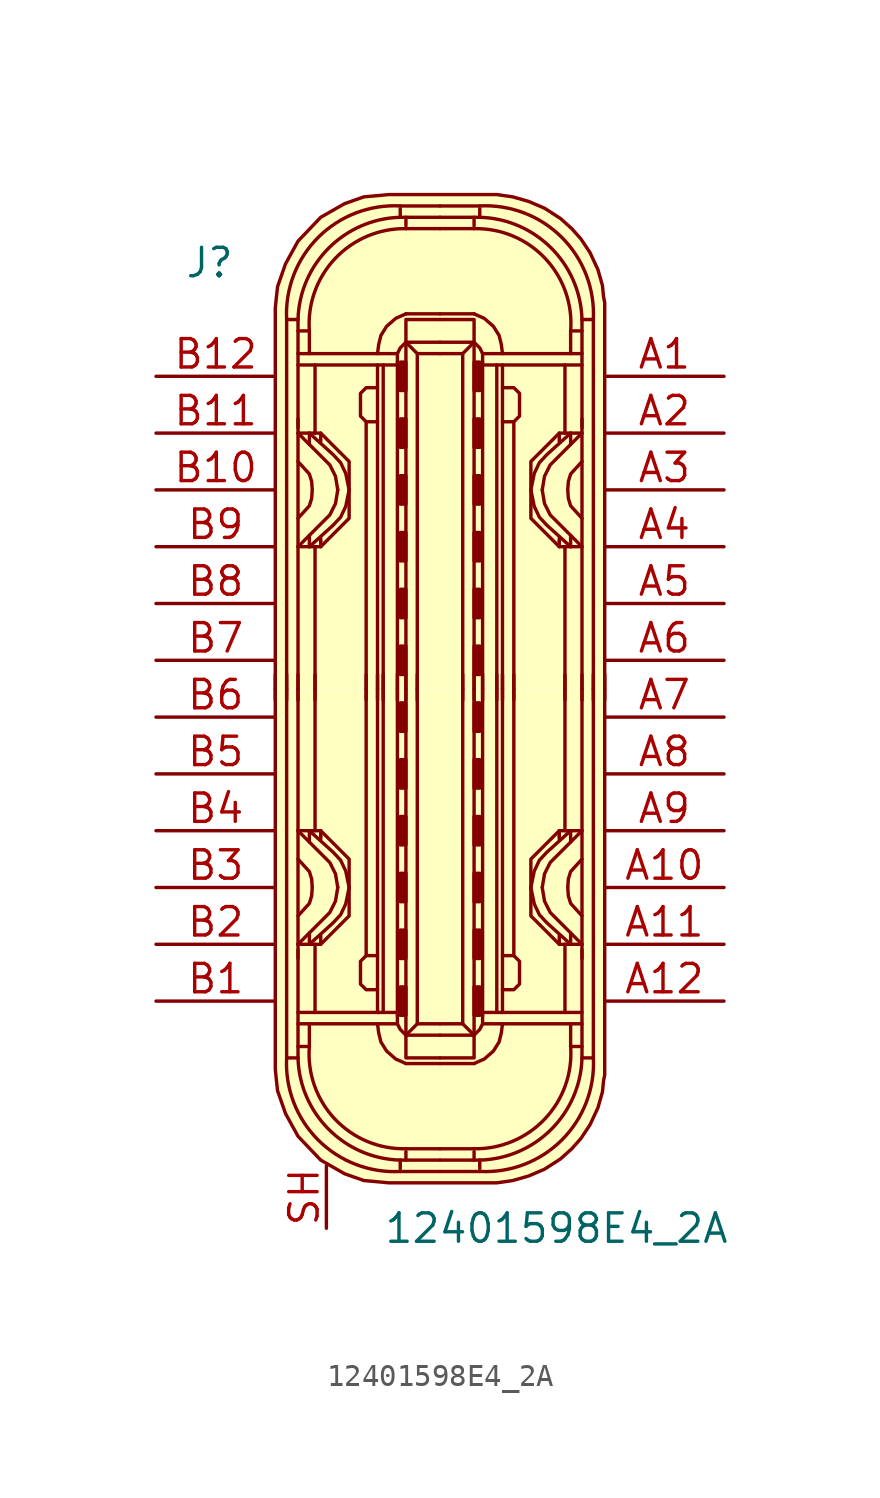
<source format=kicad_sym>
(kicad_symbol_lib
  (version 20211014)
  (generator kicad_symbol_editor)
  (symbol "12401598E4_2A"
    (pin_names
      (offset 1.016))
    (property "Reference" "J"
      (at -11.43 19.05 0)
      (effects (font (size 1.27 1.27)) (justify left)))
    (property "Value" "12401598E4_2A"
      (at -2.54 -24.13 0)
      (effects (font (size 1.27 1.27)) (justify left)))
    (symbol "12401598E4_2A_1_1"
      (arc (start -6.858 -16.51) (mid -5.4492 -20.1812) (end -1.778 -21.59) (stroke (width 0) (type default) (color 0 0 0 0)) (fill (type none)))
      (arc (start -6.35 -16.51) (mid -4.9749 -19.7069) (end -1.778 -21.082) (stroke (width 0) (type default) (color 0 0 0 0)) (fill (type none)))
      (arc (start -5.842 -16.002) (mid -4.6972 -19.2495) (end -1.524 -20.574) (stroke (width 0) (type default) (color 0 0 0 0)) (fill (type none)))
      (rectangle (start -1.778 -14.605) (end -1.524 -13.335) (stroke (width 0) (type default) (color 0 0 0 0)) (fill (type outline)))
      (rectangle (start -1.778 -12.065) (end -1.524 -10.795) (stroke (width 0) (type default) (color 0 0 0 0)) (fill (type outline)))
      (rectangle (start -1.778 -9.525) (end -1.524 -8.255) (stroke (width 0) (type default) (color 0 0 0 0)) (fill (type outline)))
      (rectangle (start -1.778 -6.985) (end -1.524 -5.715) (stroke (width 0) (type default) (color 0 0 0 0)) (fill (type outline)))
      (rectangle (start -1.778 -4.445) (end -1.524 -3.175) (stroke (width 0) (type default) (color 0 0 0 0)) (fill (type outline)))
      (rectangle (start -1.778 -1.905) (end -1.524 -0.635) (stroke (width 0) (type default) (color 0 0 0 0)) (fill (type outline)))
      (rectangle (start -1.778 1.905) (end -1.524 0.635) (stroke (width 0) (type default) (color 0 0 0 0)) (fill (type outline)))
      (rectangle (start -1.778 4.445) (end -1.524 3.175) (stroke (width 0) (type default) (color 0 0 0 0)) (fill (type outline)))
      (rectangle (start -1.778 6.985) (end -1.524 5.715) (stroke (width 0) (type default) (color 0 0 0 0)) (fill (type outline)))
      (rectangle (start -1.778 9.525) (end -1.524 8.255) (stroke (width 0) (type default) (color 0 0 0 0)) (fill (type outline)))
      (rectangle (start -1.778 12.065) (end -1.524 10.795) (stroke (width 0) (type default) (color 0 0 0 0)) (fill (type outline)))
      (rectangle (start -1.778 14.605) (end -1.524 13.335) (stroke (width 0) (type default) (color 0 0 0 0)) (fill (type outline)))
      (arc (start -1.778 21.082) (mid -4.9749 19.7069) (end -6.35 16.51) (stroke (width 0) (type default) (color 0 0 0 0)) (fill (type none)))
      (arc (start -1.778 21.59) (mid -5.4492 20.1812) (end -6.858 16.51) (stroke (width 0) (type default) (color 0 0 0 0)) (fill (type none)))
      (arc (start -1.524 20.574) (mid -4.6883 19.2412) (end -5.842 16.002) (stroke (width 0) (type default) (color 0 0 0 0)) (fill (type none)))
      (polyline (pts (xy -7.366 -0.508) (xy -7.366 0.635)) (stroke (width 0) (type default) (color 0 0 0 0)) (fill (type none)))
      (polyline (pts (xy -6.858 -0.508) (xy -6.858 0.635)) (stroke (width 0) (type default) (color 0 0 0 0)) (fill (type none)))
      (polyline (pts (xy -6.35 -14.986) (xy -1.905 -14.986)) (stroke (width 0) (type default) (color 0 0 0 0)) (fill (type none)))
      (polyline (pts (xy -6.35 -12.065) (xy -6.35 0)) (stroke (width 0) (type default) (color 0 0 0 0)) (fill (type none)))
      (polyline (pts (xy -6.35 -0.508) (xy -6.35 0.635)) (stroke (width 0) (type default) (color 0 0 0 0)) (fill (type none)))
      (polyline (pts (xy -6.35 12.065) (xy -6.35 0)) (stroke (width 0) (type default) (color 0 0 0 0)) (fill (type none)))
      (polyline (pts (xy -6.35 14.986) (xy -1.905 14.986)) (stroke (width 0) (type default) (color 0 0 0 0)) (fill (type none)))
      (polyline (pts (xy -5.842 -11.43) (xy -5.842 -10.922)) (stroke (width 0) (type default) (color 0 0 0 0)) (fill (type none)))
      (polyline (pts (xy -5.842 -6.35) (xy -5.842 -6.858)) (stroke (width 0) (type default) (color 0 0 0 0)) (fill (type none)))
      (polyline (pts (xy -5.842 6.35) (xy -5.842 6.858)) (stroke (width 0) (type default) (color 0 0 0 0)) (fill (type none)))
      (polyline (pts (xy -5.842 11.43) (xy -5.842 10.922)) (stroke (width 0) (type default) (color 0 0 0 0)) (fill (type none)))
      (polyline (pts (xy -5.588 -14.478) (xy -5.588 -11.43)) (stroke (width 0) (type default) (color 0 0 0 0)) (fill (type none)))
      (polyline (pts (xy -5.588 -6.35) (xy -5.588 0)) (stroke (width 0) (type default) (color 0 0 0 0)) (fill (type none)))
      (polyline (pts (xy -5.588 -0.508) (xy -5.588 0.635)) (stroke (width 0) (type default) (color 0 0 0 0)) (fill (type none)))
      (polyline (pts (xy -5.588 6.35) (xy -5.588 0)) (stroke (width 0) (type default) (color 0 0 0 0)) (fill (type none)))
      (polyline (pts (xy -5.588 14.478) (xy -5.588 11.43)) (stroke (width 0) (type default) (color 0 0 0 0)) (fill (type none)))
      (polyline (pts (xy -5.334 -11.43) (xy -5.334 -11.049)) (stroke (width 0) (type default) (color 0 0 0 0)) (fill (type none)))
      (polyline (pts (xy -5.334 -6.604) (xy -5.334 -6.731)) (stroke (width 0) (type default) (color 0 0 0 0)) (fill (type none)))
      (polyline (pts (xy -5.334 -6.35) (xy -5.334 -6.604)) (stroke (width 0) (type default) (color 0 0 0 0)) (fill (type none)))
      (polyline (pts (xy -5.334 6.35) (xy -5.334 6.604)) (stroke (width 0) (type default) (color 0 0 0 0)) (fill (type none)))
      (polyline (pts (xy -5.334 6.604) (xy -5.334 6.731)) (stroke (width 0) (type default) (color 0 0 0 0)) (fill (type none)))
      (polyline (pts (xy -5.334 11.43) (xy -5.334 11.049)) (stroke (width 0) (type default) (color 0 0 0 0)) (fill (type none)))
      (polyline (pts (xy -3.302 -0.508) (xy -3.302 0.635)) (stroke (width 0) (type default) (color 0 0 0 0)) (fill (type none)))
      (polyline (pts (xy -3.302 0) (xy -3.302 -11.938)) (stroke (width 0) (type default) (color 0 0 0 0)) (fill (type none)))
      (polyline (pts (xy -3.302 0) (xy -3.302 11.938)) (stroke (width 0) (type default) (color 0 0 0 0)) (fill (type none)))
      (polyline (pts (xy -2.794 -0.508) (xy -2.794 0.635)) (stroke (width 0) (type default) (color 0 0 0 0)) (fill (type none)))
      (polyline (pts (xy -2.794 0) (xy -2.794 -14.478)) (stroke (width 0) (type default) (color 0 0 0 0)) (fill (type none)))
      (polyline (pts (xy -2.794 0) (xy -2.794 14.478)) (stroke (width 0) (type default) (color 0 0 0 0)) (fill (type none)))
      (polyline (pts (xy -2.54 -14.478) (xy -2.54 0)) (stroke (width 0) (type default) (color 0 0 0 0)) (fill (type none)))
      (polyline (pts (xy -2.54 -0.508) (xy -2.54 0.635)) (stroke (width 0) (type default) (color 0 0 0 0)) (fill (type none)))
      (polyline (pts (xy -2.54 14.478) (xy -2.54 0)) (stroke (width 0) (type default) (color 0 0 0 0)) (fill (type none)))
      (polyline (pts (xy -1.905 -14.478) (xy -6.35 -14.478)) (stroke (width 0) (type default) (color 0 0 0 0)) (fill (type none)))
      (polyline (pts (xy -1.905 -0.508) (xy -1.905 0.635)) (stroke (width 0) (type default) (color 0 0 0 0)) (fill (type none)))
      (polyline (pts (xy -1.905 0) (xy -1.905 -14.605)) (stroke (width 0) (type default) (color 0 0 0 0)) (fill (type none)))
      (polyline (pts (xy -1.905 0) (xy -1.905 14.605)) (stroke (width 0) (type default) (color 0 0 0 0)) (fill (type none)))
      (polyline (pts (xy -1.905 14.478) (xy -6.35 14.478)) (stroke (width 0) (type default) (color 0 0 0 0)) (fill (type none)))
      (polyline (pts (xy -1.778 -21.59) (xy 0 -21.59)) (stroke (width 0) (type default) (color 0 0 0 0)) (fill (type background)))
      (polyline (pts (xy -1.778 -21.082) (xy -1.778 -21.463)) (stroke (width 0) (type default) (color 0 0 0 0)) (fill (type none)))
      (polyline (pts (xy -1.778 -21.082) (xy 0 -21.082)) (stroke (width 0) (type default) (color 0 0 0 0)) (fill (type none)))
      (polyline (pts (xy -1.778 21.082) (xy -1.778 21.463)) (stroke (width 0) (type default) (color 0 0 0 0)) (fill (type none)))
      (polyline (pts (xy -1.778 21.082) (xy 0 21.082)) (stroke (width 0) (type default) (color 0 0 0 0)) (fill (type none)))
      (polyline (pts (xy -1.778 21.59) (xy 0 21.59)) (stroke (width 0) (type default) (color 0 0 0 0)) (fill (type background)))
      (polyline (pts (xy -1.524 -20.701) (xy -1.524 -21.082)) (stroke (width 0) (type default) (color 0 0 0 0)) (fill (type none)))
      (polyline (pts (xy -1.524 -20.574) (xy 0 -20.574)) (stroke (width 0) (type default) (color 0 0 0 0)) (fill (type none)))
      (polyline (pts (xy -1.524 -0.508) (xy -1.524 0.635)) (stroke (width 0) (type default) (color 0 0 0 0)) (fill (type none)))
      (polyline (pts (xy -1.524 20.574) (xy 0 20.574)) (stroke (width 0) (type default) (color 0 0 0 0)) (fill (type none)))
      (polyline (pts (xy -1.524 20.701) (xy -1.524 21.082)) (stroke (width 0) (type default) (color 0 0 0 0)) (fill (type none)))
      (polyline (pts (xy -1.016 -14.986) (xy -1.524 -15.494)) (stroke (width 0) (type default) (color 0 0 0 0)) (fill (type none)))
      (polyline (pts (xy -1.016 -0.508) (xy -1.016 0.635)) (stroke (width 0) (type default) (color 0 0 0 0)) (fill (type none)))
      (polyline (pts (xy -1.016 14.986) (xy -1.524 15.494)) (stroke (width 0) (type default) (color 0 0 0 0)) (fill (type none)))
      (polyline (pts (xy 0 -16.764) (xy -1.524 -16.764)) (stroke (width 0) (type default) (color 0 0 0 0)) (fill (type none)))
      (polyline (pts (xy 0 -16.764) (xy 1.524 -16.764)) (stroke (width 0) (type default) (color 0 0 0 0)) (fill (type none)))
      (polyline (pts (xy 0 16.764) (xy -1.524 16.764)) (stroke (width 0) (type default) (color 0 0 0 0)) (fill (type none)))
      (polyline (pts (xy 0 16.764) (xy 1.524 16.764)) (stroke (width 0) (type default) (color 0 0 0 0)) (fill (type none)))
      (polyline (pts (xy 1.016 -14.986) (xy 1.524 -15.494)) (stroke (width 0) (type default) (color 0 0 0 0)) (fill (type none)))
      (polyline (pts (xy 1.016 -0.508) (xy 1.016 0.635)) (stroke (width 0) (type default) (color 0 0 0 0)) (fill (type none)))
      (polyline (pts (xy 1.016 14.986) (xy 1.524 15.494)) (stroke (width 0) (type default) (color 0 0 0 0)) (fill (type none)))
      (polyline (pts (xy 1.524 -20.701) (xy 1.524 -21.082)) (stroke (width 0) (type default) (color 0 0 0 0)) (fill (type none)))
      (polyline (pts (xy 1.524 -20.574) (xy 0 -20.574)) (stroke (width 0) (type default) (color 0 0 0 0)) (fill (type none)))
      (polyline (pts (xy 1.524 -0.508) (xy 1.524 0.635)) (stroke (width 0) (type default) (color 0 0 0 0)) (fill (type none)))
      (polyline (pts (xy 1.524 20.574) (xy 0 20.574)) (stroke (width 0) (type default) (color 0 0 0 0)) (fill (type none)))
      (polyline (pts (xy 1.524 20.701) (xy 1.524 21.082)) (stroke (width 0) (type default) (color 0 0 0 0)) (fill (type none)))
      (polyline (pts (xy 1.778 -21.59) (xy 0 -21.59)) (stroke (width 0) (type default) (color 0 0 0 0)) (fill (type background)))
      (polyline (pts (xy 1.778 -21.082) (xy 0 -21.082)) (stroke (width 0) (type default) (color 0 0 0 0)) (fill (type none)))
      (polyline (pts (xy 1.778 -21.082) (xy 1.778 -21.463)) (stroke (width 0) (type default) (color 0 0 0 0)) (fill (type none)))
      (polyline (pts (xy 1.778 21.082) (xy 0 21.082)) (stroke (width 0) (type default) (color 0 0 0 0)) (fill (type none)))
      (polyline (pts (xy 1.778 21.082) (xy 1.778 21.463)) (stroke (width 0) (type default) (color 0 0 0 0)) (fill (type none)))
      (polyline (pts (xy 1.778 21.59) (xy 0 21.59)) (stroke (width 0) (type default) (color 0 0 0 0)) (fill (type background)))
      (polyline (pts (xy 1.905 -14.478) (xy 6.35 -14.478)) (stroke (width 0) (type default) (color 0 0 0 0)) (fill (type none)))
      (polyline (pts (xy 1.905 -0.508) (xy 1.905 0.635)) (stroke (width 0) (type default) (color 0 0 0 0)) (fill (type none)))
      (polyline (pts (xy 1.905 0) (xy 1.905 -14.605)) (stroke (width 0) (type default) (color 0 0 0 0)) (fill (type none)))
      (polyline (pts (xy 1.905 0) (xy 1.905 14.605)) (stroke (width 0) (type default) (color 0 0 0 0)) (fill (type none)))
      (polyline (pts (xy 1.905 14.478) (xy 6.35 14.478)) (stroke (width 0) (type default) (color 0 0 0 0)) (fill (type none)))
      (polyline (pts (xy 2.54 -14.478) (xy 2.54 0)) (stroke (width 0) (type default) (color 0 0 0 0)) (fill (type none)))
      (polyline (pts (xy 2.54 -0.508) (xy 2.54 0.635)) (stroke (width 0) (type default) (color 0 0 0 0)) (fill (type none)))
      (polyline (pts (xy 2.54 14.478) (xy 2.54 0)) (stroke (width 0) (type default) (color 0 0 0 0)) (fill (type none)))
      (polyline (pts (xy 2.794 -0.508) (xy 2.794 0.635)) (stroke (width 0) (type default) (color 0 0 0 0)) (fill (type none)))
      (polyline (pts (xy 2.794 0) (xy 2.794 -14.478)) (stroke (width 0) (type default) (color 0 0 0 0)) (fill (type none)))
      (polyline (pts (xy 2.794 0) (xy 2.794 14.478)) (stroke (width 0) (type default) (color 0 0 0 0)) (fill (type none)))
      (polyline (pts (xy 3.302 -0.508) (xy 3.302 0.635)) (stroke (width 0) (type default) (color 0 0 0 0)) (fill (type none)))
      (polyline (pts (xy 3.302 0) (xy 3.302 -11.938)) (stroke (width 0) (type default) (color 0 0 0 0)) (fill (type none)))
      (polyline (pts (xy 3.302 0) (xy 3.302 11.938)) (stroke (width 0) (type default) (color 0 0 0 0)) (fill (type none)))
      (polyline (pts (xy 5.334 -11.43) (xy 5.334 -11.049)) (stroke (width 0) (type default) (color 0 0 0 0)) (fill (type none)))
      (polyline (pts (xy 5.334 -6.604) (xy 5.334 -6.731)) (stroke (width 0) (type default) (color 0 0 0 0)) (fill (type none)))
      (polyline (pts (xy 5.334 -6.35) (xy 5.334 -6.604)) (stroke (width 0) (type default) (color 0 0 0 0)) (fill (type none)))
      (polyline (pts (xy 5.334 6.35) (xy 5.334 6.604)) (stroke (width 0) (type default) (color 0 0 0 0)) (fill (type none)))
      (polyline (pts (xy 5.334 6.604) (xy 5.334 6.731)) (stroke (width 0) (type default) (color 0 0 0 0)) (fill (type none)))
      (polyline (pts (xy 5.334 11.43) (xy 5.334 11.049)) (stroke (width 0) (type default) (color 0 0 0 0)) (fill (type none)))
      (polyline (pts (xy 5.588 -14.478) (xy 5.588 -11.43)) (stroke (width 0) (type default) (color 0 0 0 0)) (fill (type none)))
      (polyline (pts (xy 5.588 -6.35) (xy 5.588 0)) (stroke (width 0) (type default) (color 0 0 0 0)) (fill (type none)))
      (polyline (pts (xy 5.588 -0.508) (xy 5.588 0.635)) (stroke (width 0) (type default) (color 0 0 0 0)) (fill (type none)))
      (polyline (pts (xy 5.588 6.35) (xy 5.588 0)) (stroke (width 0) (type default) (color 0 0 0 0)) (fill (type none)))
      (polyline (pts (xy 5.588 14.478) (xy 5.588 11.43)) (stroke (width 0) (type default) (color 0 0 0 0)) (fill (type none)))
      (polyline (pts (xy 5.842 -11.43) (xy 5.842 -10.922)) (stroke (width 0) (type default) (color 0 0 0 0)) (fill (type none)))
      (polyline (pts (xy 5.842 -6.35) (xy 5.842 -6.858)) (stroke (width 0) (type default) (color 0 0 0 0)) (fill (type none)))
      (polyline (pts (xy 5.842 6.35) (xy 5.842 6.858)) (stroke (width 0) (type default) (color 0 0 0 0)) (fill (type none)))
      (polyline (pts (xy 5.842 11.43) (xy 5.842 10.922)) (stroke (width 0) (type default) (color 0 0 0 0)) (fill (type none)))
      (polyline (pts (xy 6.35 -14.986) (xy 1.905 -14.986)) (stroke (width 0) (type default) (color 0 0 0 0)) (fill (type none)))
      (polyline (pts (xy 6.35 -12.065) (xy 6.35 0)) (stroke (width 0) (type default) (color 0 0 0 0)) (fill (type none)))
      (polyline (pts (xy 6.35 -0.508) (xy 6.35 0.635)) (stroke (width 0) (type default) (color 0 0 0 0)) (fill (type none)))
      (polyline (pts (xy 6.35 12.065) (xy 6.35 0)) (stroke (width 0) (type default) (color 0 0 0 0)) (fill (type none)))
      (polyline (pts (xy 6.35 14.986) (xy 1.905 14.986)) (stroke (width 0) (type default) (color 0 0 0 0)) (fill (type none)))
      (polyline (pts (xy 6.858 -0.508) (xy 6.858 0.635)) (stroke (width 0) (type default) (color 0 0 0 0)) (fill (type none)))
      (polyline (pts (xy 7.366 -0.508) (xy 7.366 0.635)) (stroke (width 0) (type default) (color 0 0 0 0)) (fill (type none)))
      (polyline (pts (xy -6.35 -16.51) (xy -6.858 -16.51) (xy -6.858 0)) (stroke (width 0) (type default) (color 0 0 0 0)) (fill (type none)))
      (polyline (pts (xy -6.35 -11.684) (xy -6.35 -15.875) (xy -6.35 -16.51)) (stroke (width 0) (type default) (color 0 0 0 0)) (fill (type none)))
      (polyline (pts (xy -6.35 11.684) (xy -6.35 15.875) (xy -6.35 16.51)) (stroke (width 0) (type default) (color 0 0 0 0)) (fill (type none)))
      (polyline (pts (xy -6.35 16.51) (xy -6.858 16.51) (xy -6.858 0)) (stroke (width 0) (type default) (color 0 0 0 0)) (fill (type none)))
      (polyline (pts (xy -5.842 -14.986) (xy -5.842 -16.002) (xy -6.35 -16.002)) (stroke (width 0) (type default) (color 0 0 0 0)) (fill (type none)))
      (polyline (pts (xy -5.842 14.986) (xy -5.842 16.002) (xy -6.35 16.002)) (stroke (width 0) (type default) (color 0 0 0 0)) (fill (type none)))
      (polyline (pts (xy -1.524 0) (xy -1.524 -15.494) (xy 0 -15.494)) (stroke (width 0) (type default) (color 0 0 0 0)) (fill (type none)))
      (polyline (pts (xy -1.524 0) (xy -1.524 15.494) (xy 0 15.494)) (stroke (width 0) (type default) (color 0 0 0 0)) (fill (type none)))
      (polyline (pts (xy -1.016 0) (xy -1.016 -14.986) (xy 0 -14.986)) (stroke (width 0) (type default) (color 0 0 0 0)) (fill (type none)))
      (polyline (pts (xy -1.016 0) (xy -1.016 14.986) (xy 0 14.986)) (stroke (width 0) (type default) (color 0 0 0 0)) (fill (type none)))
      (polyline (pts (xy 1.016 0) (xy 1.016 -14.986) (xy 0 -14.986)) (stroke (width 0) (type default) (color 0 0 0 0)) (fill (type none)))
      (polyline (pts (xy 1.016 0) (xy 1.016 14.986) (xy 0 14.986)) (stroke (width 0) (type default) (color 0 0 0 0)) (fill (type none)))
      (polyline (pts (xy 1.524 0) (xy 1.524 -15.494) (xy 0 -15.494)) (stroke (width 0) (type default) (color 0 0 0 0)) (fill (type none)))
      (polyline (pts (xy 1.524 0) (xy 1.524 15.494) (xy 0 15.494)) (stroke (width 0) (type default) (color 0 0 0 0)) (fill (type none)))
      (polyline (pts (xy 5.842 -14.986) (xy 5.842 -16.002) (xy 6.35 -16.002)) (stroke (width 0) (type default) (color 0 0 0 0)) (fill (type none)))
      (polyline (pts (xy 5.842 14.986) (xy 5.842 16.002) (xy 6.35 16.002)) (stroke (width 0) (type default) (color 0 0 0 0)) (fill (type none)))
      (polyline (pts (xy 6.35 -16.51) (xy 6.858 -16.51) (xy 6.858 0)) (stroke (width 0) (type default) (color 0 0 0 0)) (fill (type none)))
      (polyline (pts (xy 6.35 -11.684) (xy 6.35 -15.875) (xy 6.35 -16.51)) (stroke (width 0) (type default) (color 0 0 0 0)) (fill (type none)))
      (polyline (pts (xy 6.35 11.684) (xy 6.35 15.875) (xy 6.35 16.51)) (stroke (width 0) (type default) (color 0 0 0 0)) (fill (type none)))
      (polyline (pts (xy 6.35 16.51) (xy 6.858 16.51) (xy 6.858 0)) (stroke (width 0) (type default) (color 0 0 0 0)) (fill (type none)))
      (polyline (pts (xy -6.35 -11.43) (xy -4.928 -10.008) (xy -4.674 -9.5) (xy -4.572 -8.89)) (stroke (width 0) (type default) (color 0 0 0 0)) (fill (type none)))
      (polyline (pts (xy -6.35 -10.16) (xy -5.842 -9.601) (xy -5.74 -9.271) (xy -5.715 -8.915)) (stroke (width 0) (type default) (color 0 0 0 0)) (fill (type none)))
      (polyline (pts (xy -6.35 -7.62) (xy -5.842 -8.179) (xy -5.74 -8.509) (xy -5.715 -8.865)) (stroke (width 0) (type default) (color 0 0 0 0)) (fill (type none)))
      (polyline (pts (xy -6.35 -6.35) (xy -4.928 -7.772) (xy -4.674 -8.28) (xy -4.572 -8.89)) (stroke (width 0) (type default) (color 0 0 0 0)) (fill (type none)))
      (polyline (pts (xy -6.35 6.35) (xy -4.928 7.772) (xy -4.674 8.28) (xy -4.572 8.89)) (stroke (width 0) (type default) (color 0 0 0 0)) (fill (type none)))
      (polyline (pts (xy -6.35 7.62) (xy -5.842 8.179) (xy -5.74 8.509) (xy -5.715 8.865)) (stroke (width 0) (type default) (color 0 0 0 0)) (fill (type none)))
      (polyline (pts (xy -6.35 10.16) (xy -5.842 9.601) (xy -5.74 9.271) (xy -5.715 8.915)) (stroke (width 0) (type default) (color 0 0 0 0)) (fill (type none)))
      (polyline (pts (xy -6.35 11.43) (xy -4.928 10.008) (xy -4.674 9.5) (xy -4.572 8.89)) (stroke (width 0) (type default) (color 0 0 0 0)) (fill (type none)))
      (polyline (pts (xy -1.905 -14.605) (xy -1.905 -14.986) (xy -1.778 -15.24) (xy -1.524 -15.494)) (stroke (width 0) (type default) (color 0 0 0 0)) (fill (type none)))
      (polyline (pts (xy -1.905 14.605) (xy -1.905 14.986) (xy -1.778 15.24) (xy -1.524 15.494)) (stroke (width 0) (type default) (color 0 0 0 0)) (fill (type none)))
      (polyline (pts (xy 0 -16.51) (xy -1.397 -16.51) (xy -1.524 -16.51) (xy -1.524 -15.494)) (stroke (width 0) (type default) (color 0 0 0 0)) (fill (type none)))
      (polyline (pts (xy 0 -16.51) (xy 1.397 -16.51) (xy 1.524 -16.51) (xy 1.524 -15.494)) (stroke (width 0) (type default) (color 0 0 0 0)) (fill (type none)))
      (polyline (pts (xy 0 16.51) (xy -1.397 16.51) (xy -1.524 16.51) (xy -1.524 15.494)) (stroke (width 0) (type default) (color 0 0 0 0)) (fill (type none)))
      (polyline (pts (xy 0 16.51) (xy 1.397 16.51) (xy 1.524 16.51) (xy 1.524 15.494)) (stroke (width 0) (type default) (color 0 0 0 0)) (fill (type none)))
      (polyline (pts (xy 1.905 -14.605) (xy 1.905 -14.986) (xy 1.778 -15.24) (xy 1.524 -15.494)) (stroke (width 0) (type default) (color 0 0 0 0)) (fill (type none)))
      (polyline (pts (xy 1.905 14.605) (xy 1.905 14.986) (xy 1.778 15.24) (xy 1.524 15.494)) (stroke (width 0) (type default) (color 0 0 0 0)) (fill (type none)))
      (polyline (pts (xy 6.35 -11.43) (xy 4.928 -10.008) (xy 4.674 -9.5) (xy 4.572 -8.89)) (stroke (width 0) (type default) (color 0 0 0 0)) (fill (type none)))
      (polyline (pts (xy 6.35 -10.16) (xy 5.842 -9.601) (xy 5.74 -9.271) (xy 5.715 -8.915)) (stroke (width 0) (type default) (color 0 0 0 0)) (fill (type none)))
      (polyline (pts (xy 6.35 -7.62) (xy 5.842 -8.179) (xy 5.74 -8.509) (xy 5.715 -8.865)) (stroke (width 0) (type default) (color 0 0 0 0)) (fill (type none)))
      (polyline (pts (xy 6.35 -6.35) (xy 4.928 -7.772) (xy 4.674 -8.28) (xy 4.572 -8.89)) (stroke (width 0) (type default) (color 0 0 0 0)) (fill (type none)))
      (polyline (pts (xy 6.35 6.35) (xy 4.928 7.772) (xy 4.674 8.28) (xy 4.572 8.89)) (stroke (width 0) (type default) (color 0 0 0 0)) (fill (type none)))
      (polyline (pts (xy 6.35 7.62) (xy 5.842 8.179) (xy 5.74 8.509) (xy 5.715 8.865)) (stroke (width 0) (type default) (color 0 0 0 0)) (fill (type none)))
      (polyline (pts (xy 6.35 10.16) (xy 5.842 9.601) (xy 5.74 9.271) (xy 5.715 8.915)) (stroke (width 0) (type default) (color 0 0 0 0)) (fill (type none)))
      (polyline (pts (xy 6.35 11.43) (xy 4.928 10.008) (xy 4.674 9.5) (xy 4.572 8.89)) (stroke (width 0) (type default) (color 0 0 0 0)) (fill (type none)))
      (polyline (pts (xy -5.842 -11.43) (xy -4.775 -10.465) (xy -4.445 -10.109) (xy -4.216 -9.627) (xy -4.064 -8.89)) (stroke (width 0) (type default) (color 0 0 0 0)) (fill (type none)))
      (polyline (pts (xy -5.842 -6.35) (xy -4.775 -7.315) (xy -4.445 -7.671) (xy -4.216 -8.153) (xy -4.064 -8.89)) (stroke (width 0) (type default) (color 0 0 0 0)) (fill (type none)))
      (polyline (pts (xy -5.842 6.35) (xy -4.775 7.315) (xy -4.445 7.671) (xy -4.216 8.153) (xy -4.064 8.89)) (stroke (width 0) (type default) (color 0 0 0 0)) (fill (type none)))
      (polyline (pts (xy -5.842 11.43) (xy -4.775 10.465) (xy -4.445 10.109) (xy -4.216 9.627) (xy -4.064 8.89)) (stroke (width 0) (type default) (color 0 0 0 0)) (fill (type none)))
      (polyline (pts (xy 5.842 -11.43) (xy 4.775 -10.465) (xy 4.445 -10.109) (xy 4.216 -9.627) (xy 4.064 -8.89)) (stroke (width 0) (type default) (color 0 0 0 0)) (fill (type none)))
      (polyline (pts (xy 5.842 -6.35) (xy 4.775 -7.315) (xy 4.445 -7.671) (xy 4.216 -8.153) (xy 4.064 -8.89)) (stroke (width 0) (type default) (color 0 0 0 0)) (fill (type none)))
      (polyline (pts (xy 5.842 6.35) (xy 4.775 7.315) (xy 4.445 7.671) (xy 4.216 8.153) (xy 4.064 8.89)) (stroke (width 0) (type default) (color 0 0 0 0)) (fill (type none)))
      (polyline (pts (xy 5.842 11.43) (xy 4.775 10.465) (xy 4.445 10.109) (xy 4.216 9.627) (xy 4.064 8.89)) (stroke (width 0) (type default) (color 0 0 0 0)) (fill (type none)))
      (polyline (pts (xy -6.35 -11.43) (xy -5.334 -11.43) (xy -4.064 -10.16) (xy -4.064 -7.62) (xy -5.334 -6.35) (xy -6.35 -6.35)) (stroke (width 0) (type default) (color 0 0 0 0)) (fill (type none)))
      (polyline (pts (xy -6.35 11.43) (xy -5.334 11.43) (xy -4.064 10.16) (xy -4.064 7.62) (xy -5.334 6.35) (xy -6.35 6.35)) (stroke (width 0) (type default) (color 0 0 0 0)) (fill (type none)))
      (polyline (pts (xy -2.794 -14.986) (xy -2.743 -15.392) (xy -2.642 -15.799) (xy -2.388 -16.205) (xy -1.981 -16.561) (xy -1.524 -16.764)) (stroke (width 0) (type default) (color 0 0 0 0)) (fill (type none)))
      (polyline (pts (xy -2.794 -13.462) (xy -3.302 -13.462) (xy -3.556 -13.208) (xy -3.556 -12.192) (xy -3.302 -11.938) (xy -2.794 -11.938)) (stroke (width 0) (type default) (color 0 0 0 0)) (fill (type none)))
      (polyline (pts (xy -2.794 13.462) (xy -3.302 13.462) (xy -3.556 13.208) (xy -3.556 12.192) (xy -3.302 11.938) (xy -2.794 11.938)) (stroke (width 0) (type default) (color 0 0 0 0)) (fill (type none)))
      (polyline (pts (xy -2.794 14.986) (xy -2.743 15.392) (xy -2.642 15.799) (xy -2.388 16.205) (xy -1.981 16.561) (xy -1.524 16.764)) (stroke (width 0) (type default) (color 0 0 0 0)) (fill (type none)))
      (polyline (pts (xy 2.794 -14.986) (xy 2.743 -15.392) (xy 2.642 -15.799) (xy 2.388 -16.205) (xy 1.981 -16.561) (xy 1.524 -16.764)) (stroke (width 0) (type default) (color 0 0 0 0)) (fill (type none)))
      (polyline (pts (xy 2.794 -13.462) (xy 3.302 -13.462) (xy 3.556 -13.208) (xy 3.556 -12.192) (xy 3.302 -11.938) (xy 2.794 -11.938)) (stroke (width 0) (type default) (color 0 0 0 0)) (fill (type none)))
      (polyline (pts (xy 2.794 13.462) (xy 3.302 13.462) (xy 3.556 13.208) (xy 3.556 12.192) (xy 3.302 11.938) (xy 2.794 11.938)) (stroke (width 0) (type default) (color 0 0 0 0)) (fill (type none)))
      (polyline (pts (xy 2.794 14.986) (xy 2.743 15.392) (xy 2.642 15.799) (xy 2.388 16.205) (xy 1.981 16.561) (xy 1.524 16.764)) (stroke (width 0) (type default) (color 0 0 0 0)) (fill (type none)))
      (polyline (pts (xy 6.35 -11.43) (xy 5.334 -11.43) (xy 4.064 -10.16) (xy 4.064 -7.62) (xy 5.334 -6.35) (xy 6.35 -6.35)) (stroke (width 0) (type default) (color 0 0 0 0)) (fill (type none)))
      (polyline (pts (xy 6.35 11.43) (xy 5.334 11.43) (xy 4.064 10.16) (xy 4.064 7.62) (xy 5.334 6.35) (xy 6.35 6.35)) (stroke (width 0) (type default) (color 0 0 0 0)) (fill (type none)))
      (polyline (pts (xy 7.366 0) (xy 7.366 -17.018) (xy 7.366 -17.272) (xy 7.315 -17.526) (xy 7.264 -18.034) (xy 7.061 -18.745) (xy 6.706 -19.507) (xy 6.299 -20.117) (xy 5.893 -20.574) (xy 5.385 -21.031) (xy 4.674 -21.488) (xy 3.962 -21.793) (xy 3.251 -21.996) (xy 2.54 -22.098) (xy -2.286 -22.098) (xy -3.404 -21.996) (xy -4.267 -21.692) (xy -5.334 -21.082) (xy -6.35 -20.015) (xy -6.909 -18.999) (xy -7.264 -17.983) (xy -7.315 -17.526) (xy -7.366 -17.018) (xy -7.366 0)) (stroke (width 0) (type default) (color 0 0 0 0)) (fill (type background)))
      (polyline (pts (xy 7.366 0) (xy 7.366 17.018) (xy 7.366 17.272) (xy 7.315 17.526) (xy 7.264 18.034) (xy 7.061 18.745) (xy 6.706 19.507) (xy 6.299 20.117) (xy 5.893 20.574) (xy 5.385 21.031) (xy 4.674 21.488) (xy 3.962 21.793) (xy 3.251 21.996) (xy 2.54 22.098) (xy -2.286 22.098) (xy -3.404 21.996) (xy -4.267 21.692) (xy -5.334 21.082) (xy -6.35 20.015) (xy -6.909 18.999) (xy -7.264 17.983) (xy -7.315 17.526) (xy -7.366 17.018) (xy -7.366 0)) (stroke (width 0) (type default) (color 0 0 0 0)) (fill (type background)))
      (arc (start 1.524 -20.574) (mid 4.6883 -19.2412) (end 5.842 -16.002) (stroke (width 0) (type default) (color 0 0 0 0)) (fill (type none)))
      (arc (start 1.778 -21.59) (mid 5.4492 -20.1812) (end 6.858 -16.51) (stroke (width 0) (type default) (color 0 0 0 0)) (fill (type none)))
      (arc (start 1.778 -21.082) (mid 4.9749 -19.7069) (end 6.35 -16.51) (stroke (width 0) (type default) (color 0 0 0 0)) (fill (type none)))
      (rectangle (start 1.778 -14.605) (end 1.524 -13.335) (stroke (width 0) (type default) (color 0 0 0 0)) (fill (type outline)))
      (rectangle (start 1.778 -12.065) (end 1.524 -10.795) (stroke (width 0) (type default) (color 0 0 0 0)) (fill (type outline)))
      (rectangle (start 1.778 -9.525) (end 1.524 -8.255) (stroke (width 0) (type default) (color 0 0 0 0)) (fill (type outline)))
      (rectangle (start 1.778 -6.985) (end 1.524 -5.715) (stroke (width 0) (type default) (color 0 0 0 0)) (fill (type outline)))
      (rectangle (start 1.778 -4.445) (end 1.524 -3.175) (stroke (width 0) (type default) (color 0 0 0 0)) (fill (type outline)))
      (rectangle (start 1.778 -1.905) (end 1.524 -0.635) (stroke (width 0) (type default) (color 0 0 0 0)) (fill (type outline)))
      (rectangle (start 1.778 1.905) (end 1.524 0.635) (stroke (width 0) (type default) (color 0 0 0 0)) (fill (type outline)))
      (rectangle (start 1.778 4.445) (end 1.524 3.175) (stroke (width 0) (type default) (color 0 0 0 0)) (fill (type outline)))
      (rectangle (start 1.778 6.985) (end 1.524 5.715) (stroke (width 0) (type default) (color 0 0 0 0)) (fill (type outline)))
      (rectangle (start 1.778 9.525) (end 1.524 8.255) (stroke (width 0) (type default) (color 0 0 0 0)) (fill (type outline)))
      (rectangle (start 1.778 12.065) (end 1.524 10.795) (stroke (width 0) (type default) (color 0 0 0 0)) (fill (type outline)))
      (rectangle (start 1.778 14.605) (end 1.524 13.335) (stroke (width 0) (type default) (color 0 0 0 0)) (fill (type outline)))
      (arc (start 5.842 16.002) (mid 4.6972 19.2495) (end 1.524 20.574) (stroke (width 0) (type default) (color 0 0 0 0)) (fill (type none)))
      (arc (start 6.35 16.51) (mid 4.9749 19.7069) (end 1.778 21.082) (stroke (width 0) (type default) (color 0 0 0 0)) (fill (type none)))
      (arc (start 6.858 16.51) (mid 5.4492 20.1812) (end 1.778 21.59) (stroke (width 0) (type default) (color 0 0 0 0)) (fill (type none)))
      (pin passive line (at 12.7 13.97 180) (length 5.334) (name "~" (effects (font (size 1.27 1.27)))) (number "A1" (effects (font (size 1.27 1.27)))))
      (pin passive line (at 12.7 -8.89 180) (length 5.334) (name "~" (effects (font (size 1.27 1.27)))) (number "A10" (effects (font (size 1.27 1.27)))))
      (pin passive line (at 12.7 -11.43 180) (length 5.334) (name "~" (effects (font (size 1.27 1.27)))) (number "A11" (effects (font (size 1.27 1.27)))))
      (pin passive line (at 12.7 -13.97 180) (length 5.334) (name "~" (effects (font (size 1.27 1.27)))) (number "A12" (effects (font (size 1.27 1.27)))))
      (pin passive line (at 12.7 11.43 180) (length 5.334) (name "~" (effects (font (size 1.27 1.27)))) (number "A2" (effects (font (size 1.27 1.27)))))
      (pin passive line (at 12.7 8.89 180) (length 5.334) (name "~" (effects (font (size 1.27 1.27)))) (number "A3" (effects (font (size 1.27 1.27)))))
      (pin passive line (at 12.7 6.35 180) (length 5.334) (name "~" (effects (font (size 1.27 1.27)))) (number "A4" (effects (font (size 1.27 1.27)))))
      (pin passive line (at 12.7 3.81 180) (length 5.334) (name "~" (effects (font (size 1.27 1.27)))) (number "A5" (effects (font (size 1.27 1.27)))))
      (pin passive line (at 12.7 1.27 180) (length 5.334) (name "~" (effects (font (size 1.27 1.27)))) (number "A6" (effects (font (size 1.27 1.27)))))
      (pin passive line (at 12.7 -1.27 180) (length 5.334) (name "~" (effects (font (size 1.27 1.27)))) (number "A7" (effects (font (size 1.27 1.27)))))
      (pin passive line (at 12.7 -3.81 180) (length 5.334) (name "~" (effects (font (size 1.27 1.27)))) (number "A8" (effects (font (size 1.27 1.27)))))
      (pin passive line (at 12.7 -6.35 180) (length 5.334) (name "~" (effects (font (size 1.27 1.27)))) (number "A9" (effects (font (size 1.27 1.27)))))
      (pin passive line (at -12.7 -13.97 0) (length 5.334) (name "~" (effects (font (size 1.27 1.27)))) (number "B1" (effects (font (size 1.27 1.27)))))
      (pin passive line (at -12.7 8.89 0) (length 5.334) (name "~" (effects (font (size 1.27 1.27)))) (number "B10" (effects (font (size 1.27 1.27)))))
      (pin passive line (at -12.7 11.43 0) (length 5.334) (name "~" (effects (font (size 1.27 1.27)))) (number "B11" (effects (font (size 1.27 1.27)))))
      (pin passive line (at -12.7 13.97 0) (length 5.334) (name "~" (effects (font (size 1.27 1.27)))) (number "B12" (effects (font (size 1.27 1.27)))))
      (pin passive line (at -12.7 -11.43 0) (length 5.334) (name "~" (effects (font (size 1.27 1.27)))) (number "B2" (effects (font (size 1.27 1.27)))))
      (pin passive line (at -12.7 -8.89 0) (length 5.334) (name "~" (effects (font (size 1.27 1.27)))) (number "B3" (effects (font (size 1.27 1.27)))))
      (pin passive line (at -12.7 -6.35 0) (length 5.334) (name "~" (effects (font (size 1.27 1.27)))) (number "B4" (effects (font (size 1.27 1.27)))))
      (pin passive line (at -12.7 -3.81 0) (length 5.334) (name "~" (effects (font (size 1.27 1.27)))) (number "B5" (effects (font (size 1.27 1.27)))))
      (pin passive line (at -12.7 -1.27 0) (length 5.334) (name "~" (effects (font (size 1.27 1.27)))) (number "B6" (effects (font (size 1.27 1.27)))))
      (pin passive line (at -12.7 1.27 0) (length 5.334) (name "~" (effects (font (size 1.27 1.27)))) (number "B7" (effects (font (size 1.27 1.27)))))
      (pin passive line (at -12.7 3.81 0) (length 5.334) (name "~" (effects (font (size 1.27 1.27)))) (number "B8" (effects (font (size 1.27 1.27)))))
      (pin passive line (at -12.7 6.35 0) (length 5.334) (name "~" (effects (font (size 1.27 1.27)))) (number "B9" (effects (font (size 1.27 1.27)))))
      (pin input line (at -5.08 -24.13 90) (length 2.794) (name "~" (effects (font (size 1.27 1.27)))) (number "SH" (effects (font (size 1.27 1.27))))))))
</source>
